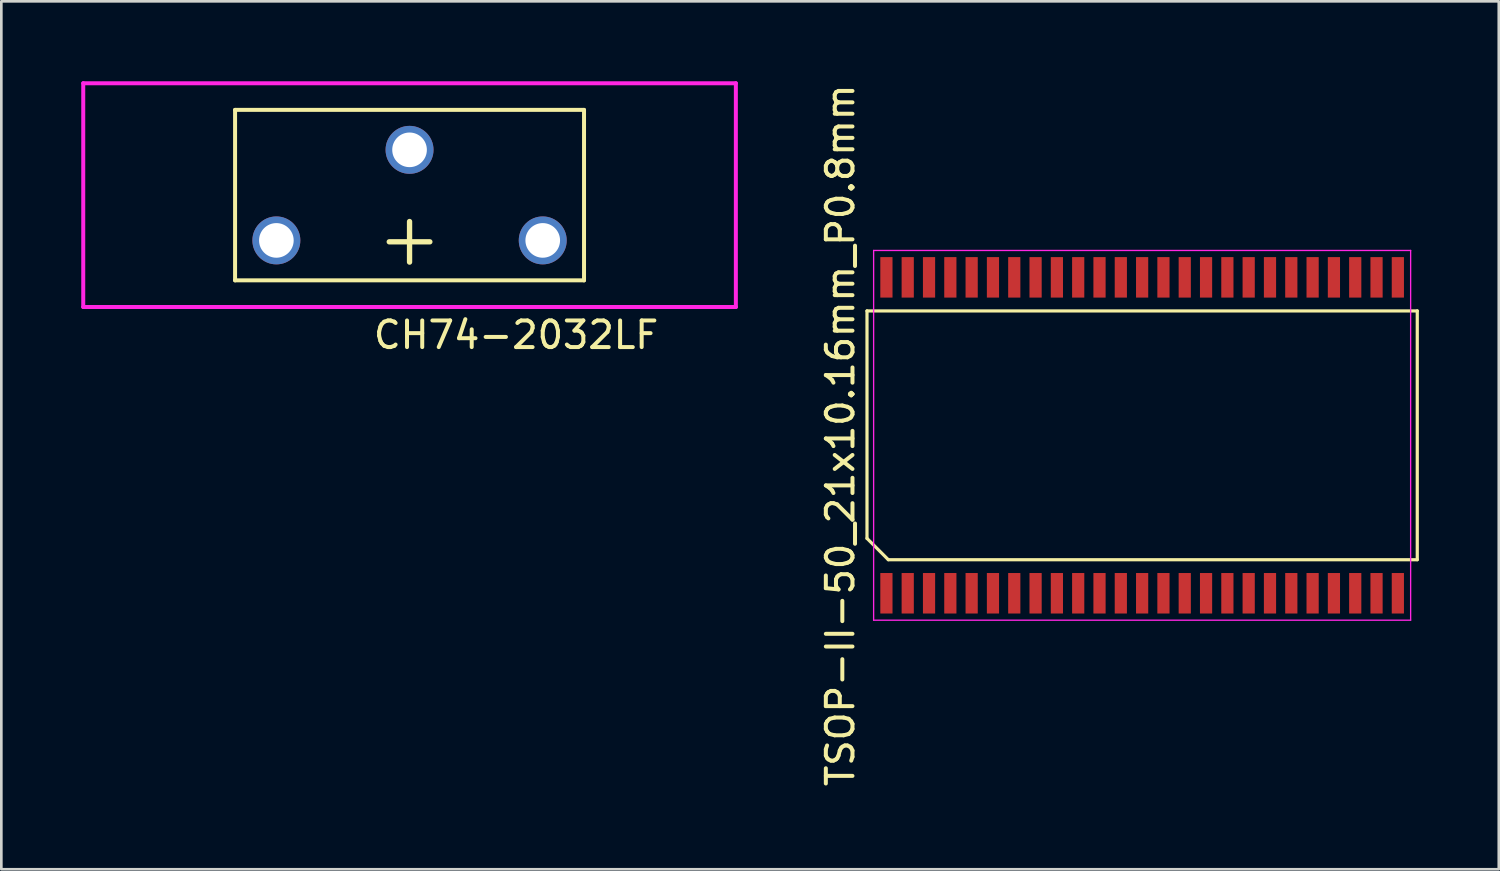
<source format=kicad_pcb>
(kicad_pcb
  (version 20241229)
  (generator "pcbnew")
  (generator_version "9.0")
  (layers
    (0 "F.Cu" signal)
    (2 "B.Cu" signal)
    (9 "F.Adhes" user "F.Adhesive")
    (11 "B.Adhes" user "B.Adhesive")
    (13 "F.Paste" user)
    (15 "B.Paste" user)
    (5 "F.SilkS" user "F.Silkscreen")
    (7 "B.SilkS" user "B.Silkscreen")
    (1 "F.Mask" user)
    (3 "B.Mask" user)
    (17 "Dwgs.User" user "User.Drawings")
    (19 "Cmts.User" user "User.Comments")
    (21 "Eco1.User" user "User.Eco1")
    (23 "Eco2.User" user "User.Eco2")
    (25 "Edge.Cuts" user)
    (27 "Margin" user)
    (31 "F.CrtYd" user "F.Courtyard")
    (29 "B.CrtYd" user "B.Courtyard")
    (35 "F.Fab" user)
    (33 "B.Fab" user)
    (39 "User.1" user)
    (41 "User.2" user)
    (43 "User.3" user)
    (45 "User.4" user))
  (footprint "CH74-2032LF"
    (layer "F.Cu")
    (at 17.325 6.025)
    (property "Reference" "CH74-2032LF" (at -1 3.5 0) (layer "F.SilkS") (effects (font (size 1 1) (thickness 0.15))))
    (attr through_hole)
    (fp_line (start -11.55 -4.95) (end 1.55 -4.95) (stroke (width 0.15) (type solid)) (layer "F.SilkS"))
    (fp_line (start -11.55 1.45) (end -11.55 -4.95) (stroke (width 0.15) (type solid)) (layer "F.SilkS"))
    (fp_line (start 1.55 -4.95) (end 1.55 1.45) (stroke (width 0.15) (type solid)) (layer "F.SilkS"))
    (fp_line (start 1.55 1.45) (end -11.55 1.45) (stroke (width 0.15) (type solid)) (layer "F.SilkS"))
    (fp_line (start -17.25 -5.95) (end -17.25 2.45) (stroke (width 0.15) (type solid)) (layer "F.CrtYd"))
    (fp_line (start -17.25 -5.95) (end 7.25 -5.95) (stroke (width 0.15) (type solid)) (layer "F.CrtYd"))
    (fp_line (start -17.25 2.45) (end 7.25 2.45) (stroke (width 0.15) (type solid)) (layer "F.CrtYd"))
    (fp_line (start 7.25 -5.95) (end 7.25 2.45) (stroke (width 0.15) (type solid)) (layer "F.CrtYd"))
    (fp_text user "+" (at -5 -0.15 0) (layer "F.SilkS") (effects (font (size 2 2) (thickness 0.2))))
    (pad "1" thru_hole circle (at -10 -0.05) (size 1.8 1.8) (drill 1.3) (layers "*.Cu" "*.Mask"))
    (pad "1" thru_hole circle (at 0 -0.05) (size 1.8 1.8) (drill 1.3) (layers "*.Cu" "*.Mask"))
    (pad "2" thru_hole circle (at -5 -3.45) (size 1.8 1.8) (drill 1.3) (layers "*.Cu" "*.Mask")))
  (footprint "TSOP-II-50_21x10.16mm_P0.8mm"
    (layer "F.Cu")
    (at 39.827 13.292)
    (property "Reference" "TSOP-II-50_21x10.16mm_P0.8mm" (at -11.329 0 90) (layer "F.SilkS") (effects (font (size 1 1) (thickness 0.15))))
    (attr smd)
    (fp_line (start -10.329 -4.67) (end 10.329 -4.67) (stroke (width 0.12) (type solid)) (layer "F.SilkS"))
    (fp_line (start -10.329 3.87) (end -10.329 -4.67) (stroke (width 0.12) (type solid)) (layer "F.SilkS"))
    (fp_line (start -9.529 4.67) (end -10.329 3.87) (stroke (width 0.12) (type solid)) (layer "F.SilkS"))
    (fp_line (start 10.329 -4.67) (end 10.329 4.67) (stroke (width 0.12) (type solid)) (layer "F.SilkS"))
    (fp_line (start 10.329 4.67) (end -9.529 4.67) (stroke (width 0.12) (type solid)) (layer "F.SilkS"))
    (fp_line (start -10.08 -6.94) (end 10.08 -6.94) (stroke (width 0.05) (type solid)) (layer "F.CrtYd"))
    (fp_line (start -10.08 6.94) (end -10.08 -6.94) (stroke (width 0.05) (type solid)) (layer "F.CrtYd"))
    (fp_line (start 10.08 -6.94) (end 10.08 6.94) (stroke (width 0.05) (type solid)) (layer "F.CrtYd"))
    (fp_line (start 10.08 6.94) (end -10.08 6.94) (stroke (width 0.05) (type solid)) (layer "F.CrtYd"))
    (pad "1" smd rect (at -9.6 5.93) (size 0.458 1.52) (layers "F.Cu" "F.Mask" "F.Paste"))
    (pad "2" smd rect (at -8.8 5.93) (size 0.458 1.52) (layers "F.Cu" "F.Mask" "F.Paste"))
    (pad "3" smd rect (at -8 5.93) (size 0.458 1.52) (layers "F.Cu" "F.Mask" "F.Paste"))
    (pad "4" smd rect (at -7.2 5.93) (size 0.458 1.52) (layers "F.Cu" "F.Mask" "F.Paste"))
    (pad "5" smd rect (at -6.4 5.93) (size 0.458 1.52) (layers "F.Cu" "F.Mask" "F.Paste"))
    (pad "6" smd rect (at -5.6 5.93) (size 0.458 1.52) (layers "F.Cu" "F.Mask" "F.Paste"))
    (pad "7" smd rect (at -4.8 5.93) (size 0.458 1.52) (layers "F.Cu" "F.Mask" "F.Paste"))
    (pad "8" smd rect (at -4 5.93) (size 0.458 1.52) (layers "F.Cu" "F.Mask" "F.Paste"))
    (pad "9" smd rect (at -3.2 5.93) (size 0.458 1.52) (layers "F.Cu" "F.Mask" "F.Paste"))
    (pad "10" smd rect (at -2.4 5.93) (size 0.458 1.52) (layers "F.Cu" "F.Mask" "F.Paste"))
    (pad "11" smd rect (at -1.6 5.93) (size 0.458 1.52) (layers "F.Cu" "F.Mask" "F.Paste"))
    (pad "12" smd rect (at -0.8 5.93) (size 0.458 1.52) (layers "F.Cu" "F.Mask" "F.Paste"))
    (pad "13" smd rect (at 0 5.93) (size 0.458 1.52) (layers "F.Cu" "F.Mask" "F.Paste"))
    (pad "14" smd rect (at 0.8 5.93) (size 0.458 1.52) (layers "F.Cu" "F.Mask" "F.Paste"))
    (pad "15" smd rect (at 1.6 5.93) (size 0.458 1.52) (layers "F.Cu" "F.Mask" "F.Paste"))
    (pad "16" smd rect (at 2.4 5.93) (size 0.458 1.52) (layers "F.Cu" "F.Mask" "F.Paste"))
    (pad "17" smd rect (at 3.2 5.93) (size 0.458 1.52) (layers "F.Cu" "F.Mask" "F.Paste"))
    (pad "18" smd rect (at 4 5.93) (size 0.458 1.52) (layers "F.Cu" "F.Mask" "F.Paste"))
    (pad "19" smd rect (at 4.8 5.93) (size 0.458 1.52) (layers "F.Cu" "F.Mask" "F.Paste"))
    (pad "20" smd rect (at 5.6 5.93) (size 0.458 1.52) (layers "F.Cu" "F.Mask" "F.Paste"))
    (pad "21" smd rect (at 6.4 5.93) (size 0.458 1.52) (layers "F.Cu" "F.Mask" "F.Paste"))
    (pad "22" smd rect (at 7.2 5.93) (size 0.458 1.52) (layers "F.Cu" "F.Mask" "F.Paste"))
    (pad "23" smd rect (at 8 5.93) (size 0.458 1.52) (layers "F.Cu" "F.Mask" "F.Paste"))
    (pad "24" smd rect (at 8.8 5.93) (size 0.458 1.52) (layers "F.Cu" "F.Mask" "F.Paste"))
    (pad "25" smd rect (at 9.6 5.93) (size 0.458 1.52) (layers "F.Cu" "F.Mask" "F.Paste"))
    (pad "26" smd rect (at 9.6 -5.93) (size 0.458 1.52) (layers "F.Cu" "F.Mask" "F.Paste"))
    (pad "27" smd rect (at 8.8 -5.93) (size 0.458 1.52) (layers "F.Cu" "F.Mask" "F.Paste"))
    (pad "28" smd rect (at 8 -5.93) (size 0.458 1.52) (layers "F.Cu" "F.Mask" "F.Paste"))
    (pad "29" smd rect (at 7.2 -5.93) (size 0.458 1.52) (layers "F.Cu" "F.Mask" "F.Paste"))
    (pad "30" smd rect (at 6.4 -5.93) (size 0.458 1.52) (layers "F.Cu" "F.Mask" "F.Paste"))
    (pad "31" smd rect (at 5.6 -5.93) (size 0.458 1.52) (layers "F.Cu" "F.Mask" "F.Paste"))
    (pad "32" smd rect (at 4.8 -5.93) (size 0.458 1.52) (layers "F.Cu" "F.Mask" "F.Paste"))
    (pad "33" smd rect (at 4 -5.93) (size 0.458 1.52) (layers "F.Cu" "F.Mask" "F.Paste"))
    (pad "34" smd rect (at 3.2 -5.93) (size 0.458 1.52) (layers "F.Cu" "F.Mask" "F.Paste"))
    (pad "35" smd rect (at 2.4 -5.93) (size 0.458 1.52) (layers "F.Cu" "F.Mask" "F.Paste"))
    (pad "36" smd rect (at 1.6 -5.93) (size 0.458 1.52) (layers "F.Cu" "F.Mask" "F.Paste"))
    (pad "37" smd rect (at 0.8 -5.93) (size 0.458 1.52) (layers "F.Cu" "F.Mask" "F.Paste"))
    (pad "38" smd rect (at 0 -5.93) (size 0.458 1.52) (layers "F.Cu" "F.Mask" "F.Paste"))
    (pad "39" smd rect (at -0.8 -5.93) (size 0.458 1.52) (layers "F.Cu" "F.Mask" "F.Paste"))
    (pad "40" smd rect (at -1.6 -5.93) (size 0.458 1.52) (layers "F.Cu" "F.Mask" "F.Paste"))
    (pad "41" smd rect (at -2.4 -5.93) (size 0.458 1.52) (layers "F.Cu" "F.Mask" "F.Paste"))
    (pad "42" smd rect (at -3.2 -5.93) (size 0.458 1.52) (layers "F.Cu" "F.Mask" "F.Paste"))
    (pad "43" smd rect (at -4 -5.93) (size 0.458 1.52) (layers "F.Cu" "F.Mask" "F.Paste"))
    (pad "44" smd rect (at -4.8 -5.93) (size 0.458 1.52) (layers "F.Cu" "F.Mask" "F.Paste"))
    (pad "45" smd rect (at -5.6 -5.93) (size 0.458 1.52) (layers "F.Cu" "F.Mask" "F.Paste"))
    (pad "46" smd rect (at -6.4 -5.93) (size 0.458 1.52) (layers "F.Cu" "F.Mask" "F.Paste"))
    (pad "47" smd rect (at -7.2 -5.93) (size 0.458 1.52) (layers "F.Cu" "F.Mask" "F.Paste"))
    (pad "48" smd rect (at -8 -5.93) (size 0.458 1.52) (layers "F.Cu" "F.Mask" "F.Paste"))
    (pad "49" smd rect (at -8.8 -5.93) (size 0.458 1.52) (layers "F.Cu" "F.Mask" "F.Paste"))
    (pad "50" smd rect (at -9.6 -5.93) (size 0.458 1.52) (layers "F.Cu" "F.Mask" "F.Paste")))
  (gr_rect
    (start -3 -3)
    (end 53.216 29.583)
    (stroke (width 0.1) (type default))
    (fill no)
    (layer "Edge.Cuts")))
</source>
